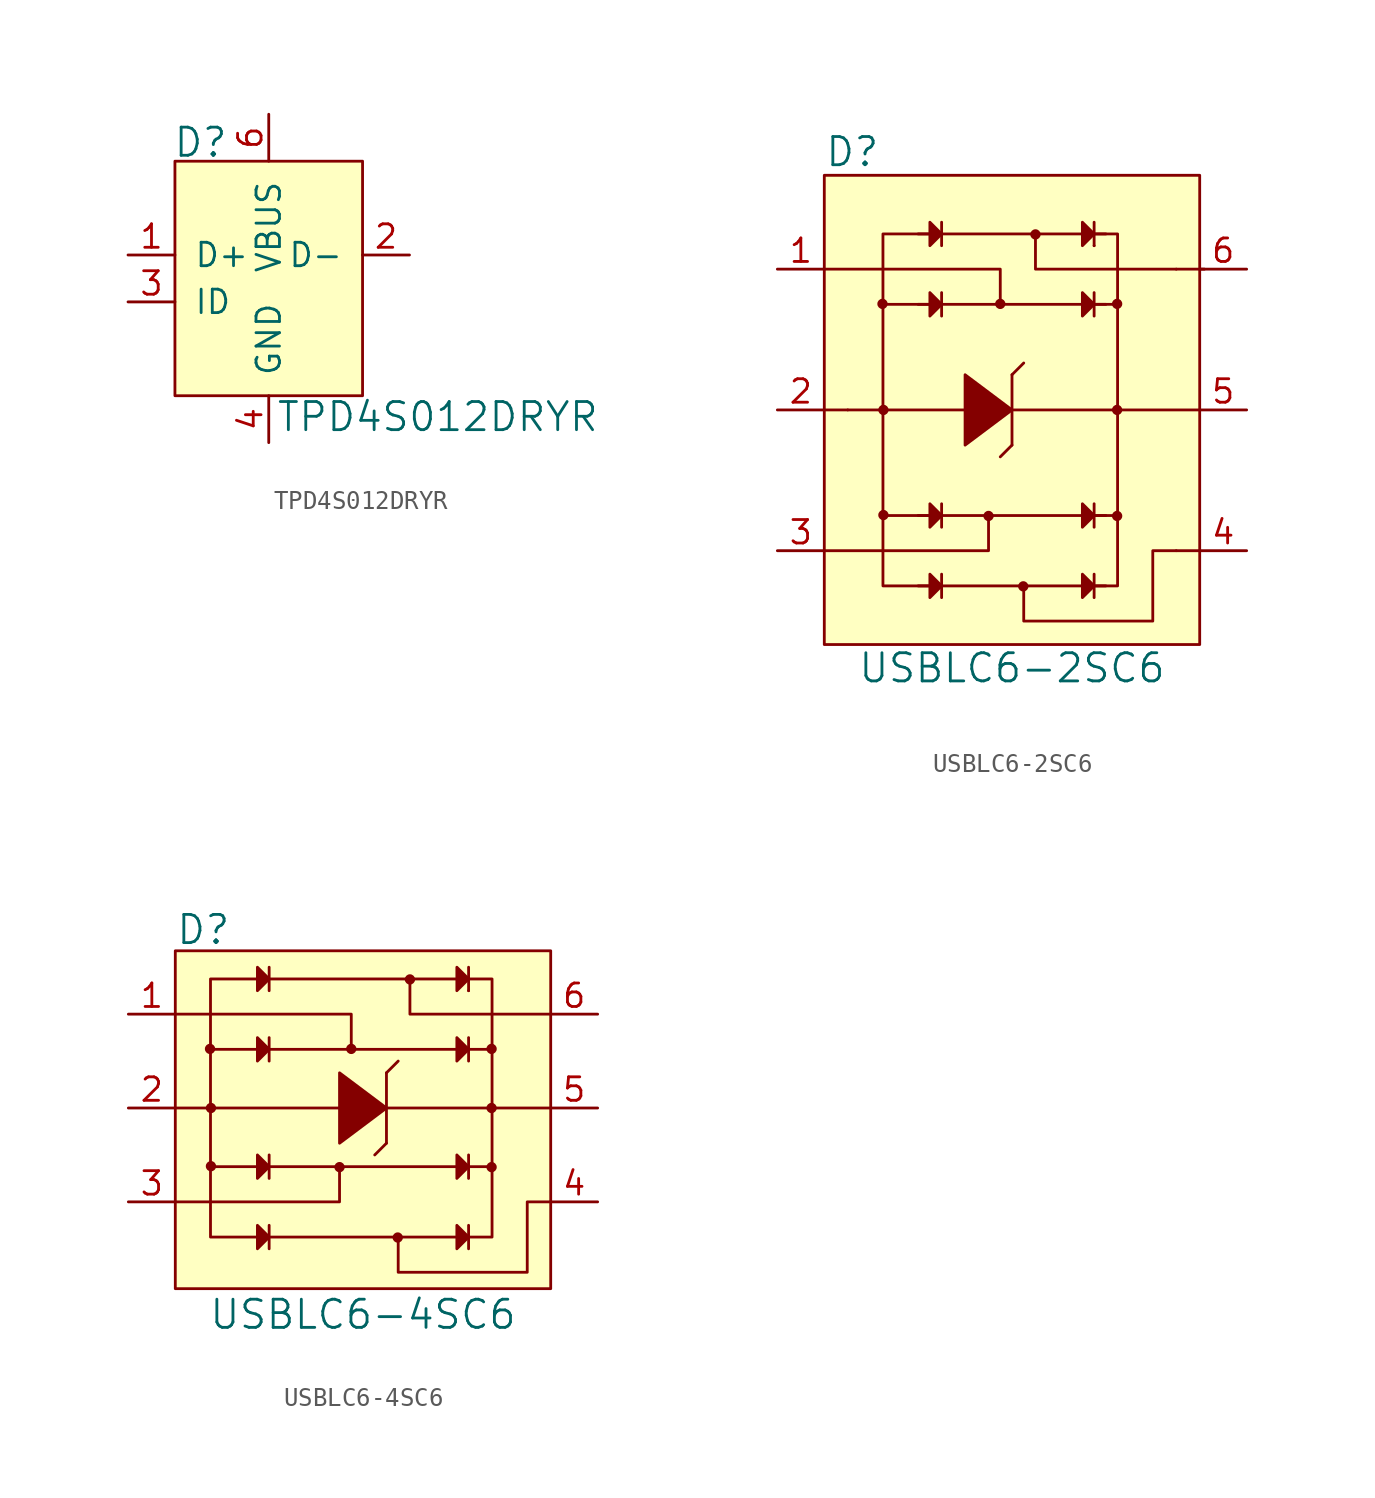
<source format=kicad_sym>
(kicad_symbol_lib
  (version 20201005)
  (generator kicad_symbol_editor)
  (symbol "TPD4S012DRYR"
    (pin_names
      (offset 1.016))
    (property "Reference" "D"
      (at -5.207 1.016 0)
      (effects (font (size 1.524 1.524)) (justify left)))
    (property "Value" "TPD4S012DRYR"
      (at 0.381 -13.843 0)
      (effects (font (size 1.524 1.524)) (justify left)))
    (symbol "TPD4S012DRYR_0_1"
      (rectangle (start -5.08 0) (end 5.08 -12.7) (stroke (width 0)) (fill (type background))))
    (symbol "TPD4S012DRYR_1_1"
      (pin input line (at -7.62 -5.08 0) (length 2.54) (name "D+" (effects (font (size 1.27 1.27)))) (number "1" (effects (font (size 1.27 1.27)))))
      (pin output line (at 7.62 -5.08 180) (length 2.54) (name "D-" (effects (font (size 1.27 1.27)))) (number "2" (effects (font (size 1.27 1.27)))))
      (pin input line (at -7.62 -7.62 0) (length 2.54) (name "ID" (effects (font (size 1.27 1.27)))) (number "3" (effects (font (size 1.27 1.27)))))
      (pin power_in line (at 0 -15.24 90) (length 2.54) (name "GND" (effects (font (size 1.27 1.27)))) (number "4" (effects (font (size 1.27 1.27)))))
      (pin no_connect line (at 5.08 -7.62 180) (length 2.54) hide (name "NC" (effects (font (size 1.27 1.27)))) (number "5" (effects (font (size 1.27 1.27)))))
      (pin power_in line (at 0 2.54 270) (length 2.54) (name "VBUS" (effects (font (size 1.27 1.27)))) (number "6" (effects (font (size 1.27 1.27)))))))
  (symbol "USBLC6-2SC6"
    (pin_names
      (offset 1.016))
    (property "Reference" "D"
      (at -10.16 13.97 0)
      (effects (font (size 1.524 1.524)) (justify left)))
    (property "Value" "USBLC6-2SC6"
      (at 0 -13.97 0)
      (effects (font (size 1.524 1.524))))
    (symbol "USBLC6-2SC6_0_1"
      (circle (center -7.01 5.74) (radius 0.203) (stroke (width 0)) (fill (type outline)))
      (circle (center -6.96 -5.69) (radius 0.203) (stroke (width 0)) (fill (type outline)))
      (circle (center -6.96 0) (radius 0.203) (stroke (width 0)) (fill (type outline)))
      (circle (center -1.27 -5.74) (radius 0.203) (stroke (width 0)) (fill (type outline)))
      (circle (center -0.635 5.74) (radius 0.203) (stroke (width 0)) (fill (type outline)))
      (circle (center 0.61 -9.55) (radius 0.203) (stroke (width 0)) (fill (type outline)))
      (circle (center 1.27 9.5) (radius 0.203) (stroke (width 0)) (fill (type outline)))
      (circle (center 5.69 -5.74) (radius 0.203) (stroke (width 0)) (fill (type outline)))
      (circle (center 5.69 0) (radius 0.203) (stroke (width 0)) (fill (type outline)))
      (circle (center 5.69 5.74) (radius 0.203) (stroke (width 0)) (fill (type outline)))
      (rectangle (start -10.16 12.7) (end 10.16 -12.7) (stroke (width 0)) (fill (type background)))
      (polyline (pts (xy -8.89 0) (xy -10.16 0)) (stroke (width 0)) (fill (type none)))
      (polyline (pts (xy -5.08 -9.525) (xy 5.08 -9.525)) (stroke (width 0)) (fill (type none)))
      (polyline (pts (xy -5.08 -5.715) (xy 5.08 -5.715)) (stroke (width 0)) (fill (type none)))
      (polyline (pts (xy -5.08 5.715) (xy 5.08 5.715)) (stroke (width 0)) (fill (type none)))
      (polyline (pts (xy -5.08 9.525) (xy 5.08 9.525)) (stroke (width 0)) (fill (type none)))
      (polyline (pts (xy -4.445 -5.715) (xy -6.985 -5.715)) (stroke (width 0)) (fill (type none)))
      (polyline (pts (xy -4.445 5.715) (xy -6.985 5.715)) (stroke (width 0)) (fill (type none)))
      (polyline (pts (xy -3.81 -8.89) (xy -3.81 -10.16)) (stroke (width 0)) (fill (type none)))
      (polyline (pts (xy -3.81 -5.08) (xy -3.81 -6.35)) (stroke (width 0)) (fill (type none)))
      (polyline (pts (xy -3.81 6.35) (xy -3.81 5.08)) (stroke (width 0)) (fill (type none)))
      (polyline (pts (xy -3.81 10.16) (xy -3.81 8.89)) (stroke (width 0)) (fill (type none)))
      (polyline (pts (xy 0 -1.905) (xy -0.635 -2.54)) (stroke (width 0)) (fill (type none)))
      (polyline (pts (xy 0 1.905) (xy 0 -1.905)) (stroke (width 0)) (fill (type none)))
      (polyline (pts (xy 0 1.905) (xy 0.635 2.54)) (stroke (width 0)) (fill (type none)))
      (polyline (pts (xy 4.445 -8.89) (xy 4.445 -10.16)) (stroke (width 0)) (fill (type none)))
      (polyline (pts (xy 4.445 -5.715) (xy 5.715 -5.715)) (stroke (width 0)) (fill (type none)))
      (polyline (pts (xy 4.445 -5.08) (xy 4.445 -6.35)) (stroke (width 0)) (fill (type none)))
      (polyline (pts (xy 4.445 5.715) (xy 5.715 5.715)) (stroke (width 0)) (fill (type none)))
      (polyline (pts (xy 4.445 6.35) (xy 4.445 5.08)) (stroke (width 0)) (fill (type none)))
      (polyline (pts (xy 4.445 8.89) (xy 4.445 8.89)) (stroke (width 0)) (fill (type none)))
      (polyline (pts (xy 4.445 10.16) (xy 4.445 8.89)) (stroke (width 0)) (fill (type none)))
      (polyline (pts (xy 5.588 0) (xy 10.16 0)) (stroke (width 0)) (fill (type none)))
      (polyline (pts (xy 5.715 0) (xy 0 0)) (stroke (width 0)) (fill (type none)))
      (polyline (pts (xy 5.715 5.715) (xy 5.715 5.715)) (stroke (width 0)) (fill (type none)))
      (polyline (pts (xy 8.89 -7.62) (xy 10.16 -7.62)) (stroke (width 0)) (fill (type none)))
      (polyline (pts (xy 8.89 7.62) (xy 10.414 7.62)) (stroke (width 0)) (fill (type none)))
      (polyline (pts (xy -10.16 -7.62) (xy -1.27 -7.62) (xy -1.27 -5.715)) (stroke (width 0)) (fill (type none)))
      (polyline (pts (xy -10.16 7.62) (xy -0.635 7.62) (xy -0.635 5.715)) (stroke (width 0)) (fill (type none)))
      (polyline (pts (xy -8.89 0) (xy -6.985 0) (xy 0 0)) (stroke (width 0)) (fill (type none)))
      (polyline (pts (xy 8.89 7.62) (xy 1.27 7.62) (xy 1.27 9.525)) (stroke (width 0)) (fill (type none)))
      (polyline (pts (xy -4.445 -9.525) (xy -6.985 -9.525) (xy -6.985 9.525) (xy -4.445 9.525)) (stroke (width 0)) (fill (type none)))
      (polyline (pts (xy -4.445 -8.89) (xy -4.445 -10.16) (xy -3.81 -9.525) (xy -4.445 -8.89)) (stroke (width 0)) (fill (type outline)))
      (polyline (pts (xy -4.445 -5.08) (xy -4.445 -6.35) (xy -3.81 -5.715) (xy -4.445 -5.08)) (stroke (width 0)) (fill (type outline)))
      (polyline (pts (xy -4.445 6.35) (xy -4.445 5.08) (xy -3.81 5.715) (xy -4.445 6.35)) (stroke (width 0)) (fill (type outline)))
      (polyline (pts (xy -4.445 10.16) (xy -4.445 8.89) (xy -3.81 9.525) (xy -4.445 10.16)) (stroke (width 0)) (fill (type outline)))
      (polyline (pts (xy -2.54 1.905) (xy -2.54 -1.905) (xy 0 0) (xy -2.54 1.905)) (stroke (width 0)) (fill (type outline)))
      (polyline (pts (xy 3.81 -8.89) (xy 3.81 -10.16) (xy 4.445 -9.525) (xy 3.81 -8.89)) (stroke (width 0)) (fill (type outline)))
      (polyline (pts (xy 3.81 -5.08) (xy 3.81 -6.35) (xy 4.445 -5.715) (xy 3.81 -5.08)) (stroke (width 0)) (fill (type outline)))
      (polyline (pts (xy 3.81 6.35) (xy 3.81 5.08) (xy 4.445 5.715) (xy 3.81 6.35)) (stroke (width 0)) (fill (type outline)))
      (polyline (pts (xy 3.81 10.16) (xy 3.81 8.89) (xy 4.445 9.525) (xy 3.81 10.16)) (stroke (width 0)) (fill (type outline)))
      (polyline (pts (xy 4.445 9.525) (xy 5.715 9.525) (xy 5.715 -9.525) (xy 4.445 -9.525)) (stroke (width 0)) (fill (type none)))
      (polyline (pts (xy 8.89 -7.62) (xy 7.62 -7.62) (xy 7.62 -11.43) (xy 0.635 -11.43) (xy 0.635 -9.525)) (stroke (width 0)) (fill (type none))))
    (symbol "USBLC6-2SC6_1_1"
      (pin input line (at -12.7 7.62 0) (length 2.54) (name "~" (effects (font (size 1.27 1.27)))) (number "1" (effects (font (size 1.27 1.27)))))
      (pin power_in line (at -12.7 0 0) (length 2.54) (name "~" (effects (font (size 1.27 1.27)))) (number "2" (effects (font (size 1.27 1.27)))))
      (pin input line (at -12.7 -7.62 0) (length 2.54) (name "~" (effects (font (size 1.27 1.27)))) (number "3" (effects (font (size 1.27 1.27)))))
      (pin input line (at 12.7 -7.62 180) (length 2.54) (name "~" (effects (font (size 1.27 1.27)))) (number "4" (effects (font (size 1.27 1.27)))))
      (pin output line (at 12.7 0 180) (length 2.54) (name "~" (effects (font (size 1.27 1.27)))) (number "5" (effects (font (size 1.27 1.27)))))
      (pin input line (at 12.7 7.62 180) (length 2.54) (name "~" (effects (font (size 1.27 1.27)))) (number "6" (effects (font (size 1.27 1.27)))))))
  (symbol "USBLC6-4SC6"
    (pin_names
      (offset 1.016))
    (property "Reference" "D"
      (at -10.16 9.652 0)
      (effects (font (size 1.524 1.524)) (justify left)))
    (property "Value" "USBLC6-4SC6"
      (at 0 -11.176 0)
      (effects (font (size 1.524 1.524))))
    (symbol "USBLC6-4SC6_0_1"
      (circle (center -8.28 3.2) (radius 0.203) (stroke (width 0)) (fill (type outline)))
      (circle (center -8.23 -3.15) (radius 0.203) (stroke (width 0)) (fill (type outline)))
      (circle (center -8.23 0) (radius 0.203) (stroke (width 0)) (fill (type outline)))
      (circle (center -1.27 -3.2) (radius 0.203) (stroke (width 0)) (fill (type outline)))
      (circle (center -0.635 3.2) (radius 0.203) (stroke (width 0)) (fill (type outline)))
      (circle (center 1.88 -7.01) (radius 0.203) (stroke (width 0)) (fill (type outline)))
      (circle (center 2.54 6.96) (radius 0.203) (stroke (width 0)) (fill (type outline)))
      (circle (center 6.96 -3.2) (radius 0.203) (stroke (width 0)) (fill (type outline)))
      (circle (center 6.96 0) (radius 0.203) (stroke (width 0)) (fill (type outline)))
      (circle (center 6.96 3.2) (radius 0.203) (stroke (width 0)) (fill (type outline)))
      (rectangle (start -10.16 8.509) (end 10.16 -9.779) (stroke (width 0)) (fill (type background)))
      (polyline (pts (xy -5.715 -3.175) (xy -8.255 -3.175)) (stroke (width 0)) (fill (type none)))
      (polyline (pts (xy -5.715 3.175) (xy -8.255 3.175)) (stroke (width 0)) (fill (type none)))
      (polyline (pts (xy -5.08 -6.985) (xy 5.08 -6.985)) (stroke (width 0)) (fill (type none)))
      (polyline (pts (xy -5.08 -6.35) (xy -5.08 -7.62)) (stroke (width 0)) (fill (type none)))
      (polyline (pts (xy -5.08 -3.175) (xy 5.08 -3.175)) (stroke (width 0)) (fill (type none)))
      (polyline (pts (xy -5.08 -2.54) (xy -5.08 -3.81)) (stroke (width 0)) (fill (type none)))
      (polyline (pts (xy -5.08 3.175) (xy 5.08 3.175)) (stroke (width 0)) (fill (type none)))
      (polyline (pts (xy -5.08 3.81) (xy -5.08 2.54)) (stroke (width 0)) (fill (type none)))
      (polyline (pts (xy -5.08 6.985) (xy 5.08 6.985)) (stroke (width 0)) (fill (type none)))
      (polyline (pts (xy -5.08 7.62) (xy -5.08 6.35)) (stroke (width 0)) (fill (type none)))
      (polyline (pts (xy 1.27 -1.905) (xy 0.635 -2.54)) (stroke (width 0)) (fill (type none)))
      (polyline (pts (xy 1.27 1.905) (xy 1.27 -1.905)) (stroke (width 0)) (fill (type none)))
      (polyline (pts (xy 1.27 1.905) (xy 1.905 2.54)) (stroke (width 0)) (fill (type none)))
      (polyline (pts (xy 5.715 -6.35) (xy 5.715 -7.62)) (stroke (width 0)) (fill (type none)))
      (polyline (pts (xy 5.715 -3.175) (xy 6.985 -3.175)) (stroke (width 0)) (fill (type none)))
      (polyline (pts (xy 5.715 -2.54) (xy 5.715 -3.81)) (stroke (width 0)) (fill (type none)))
      (polyline (pts (xy 5.715 3.175) (xy 6.985 3.175)) (stroke (width 0)) (fill (type none)))
      (polyline (pts (xy 5.715 3.81) (xy 5.715 2.54)) (stroke (width 0)) (fill (type none)))
      (polyline (pts (xy 5.715 6.35) (xy 5.715 6.35)) (stroke (width 0)) (fill (type none)))
      (polyline (pts (xy 5.715 7.62) (xy 5.715 6.35)) (stroke (width 0)) (fill (type none)))
      (polyline (pts (xy 6.985 0) (xy 1.27 0)) (stroke (width 0)) (fill (type none)))
      (polyline (pts (xy 6.985 3.175) (xy 6.985 3.175)) (stroke (width 0)) (fill (type none)))
      (polyline (pts (xy 10.16 0) (xy 6.985 0)) (stroke (width 0)) (fill (type none)))
      (polyline (pts (xy -10.16 -5.08) (xy -1.27 -5.08) (xy -1.27 -3.175)) (stroke (width 0)) (fill (type none)))
      (polyline (pts (xy -10.16 0) (xy -8.255 0) (xy -1.27 0)) (stroke (width 0)) (fill (type none)))
      (polyline (pts (xy -10.16 5.08) (xy -0.635 5.08) (xy -0.635 3.175)) (stroke (width 0)) (fill (type none)))
      (polyline (pts (xy 10.16 5.08) (xy 2.54 5.08) (xy 2.54 6.985)) (stroke (width 0)) (fill (type none)))
      (polyline (pts (xy -5.715 -6.35) (xy -5.715 -7.62) (xy -5.08 -6.985) (xy -5.715 -6.35)) (stroke (width 0)) (fill (type outline)))
      (polyline (pts (xy -5.715 -2.54) (xy -5.715 -3.81) (xy -5.08 -3.175) (xy -5.715 -2.54)) (stroke (width 0)) (fill (type outline)))
      (polyline (pts (xy -5.715 3.81) (xy -5.715 2.54) (xy -5.08 3.175) (xy -5.715 3.81)) (stroke (width 0)) (fill (type outline)))
      (polyline (pts (xy -5.715 7.62) (xy -5.715 6.35) (xy -5.08 6.985) (xy -5.715 7.62)) (stroke (width 0)) (fill (type outline)))
      (polyline (pts (xy -1.27 1.905) (xy -1.27 -1.905) (xy 1.27 0) (xy -1.27 1.905)) (stroke (width 0)) (fill (type outline)))
      (polyline (pts (xy 5.08 -6.35) (xy 5.08 -7.62) (xy 5.715 -6.985) (xy 5.08 -6.35)) (stroke (width 0)) (fill (type outline)))
      (polyline (pts (xy 5.08 -2.54) (xy 5.08 -3.81) (xy 5.715 -3.175) (xy 5.08 -2.54)) (stroke (width 0)) (fill (type outline)))
      (polyline (pts (xy 5.08 3.81) (xy 5.08 2.54) (xy 5.715 3.175) (xy 5.08 3.81)) (stroke (width 0)) (fill (type outline)))
      (polyline (pts (xy 5.08 7.62) (xy 5.08 6.35) (xy 5.715 6.985) (xy 5.08 7.62)) (stroke (width 0)) (fill (type outline)))
      (polyline (pts (xy 10.16 -5.08) (xy 8.89 -5.08) (xy 8.89 -8.89) (xy 1.905 -8.89) (xy 1.905 -6.985)) (stroke (width 0)) (fill (type none))))
    (symbol "USBLC6-4SC6_1_1"
      (polyline (pts (xy -5.715 6.985) (xy -8.255 6.985) (xy -8.255 -6.985) (xy -5.715 -6.985)) (stroke (width 0)) (fill (type none)))
      (polyline (pts (xy 5.715 -6.985) (xy 6.985 -6.985) (xy 6.985 6.985) (xy 5.715 6.985)) (stroke (width 0)) (fill (type none)))
      (pin input line (at -12.7 5.08 0) (length 2.54) (name "~" (effects (font (size 1.27 1.27)))) (number "1" (effects (font (size 1.27 1.27)))))
      (pin power_in line (at -12.7 0 0) (length 2.54) (name "~" (effects (font (size 1.27 1.27)))) (number "2" (effects (font (size 1.27 1.27)))))
      (pin input line (at -12.7 -5.08 0) (length 2.54) (name "~" (effects (font (size 1.27 1.27)))) (number "3" (effects (font (size 1.27 1.27)))))
      (pin input line (at 12.7 -5.08 180) (length 2.54) (name "~" (effects (font (size 1.27 1.27)))) (number "4" (effects (font (size 1.27 1.27)))))
      (pin output line (at 12.7 0 180) (length 2.54) (name "~" (effects (font (size 1.27 1.27)))) (number "5" (effects (font (size 1.27 1.27)))))
      (pin input line (at 12.7 5.08 180) (length 2.54) (name "~" (effects (font (size 1.27 1.27)))) (number "6" (effects (font (size 1.27 1.27))))))))
</source>
